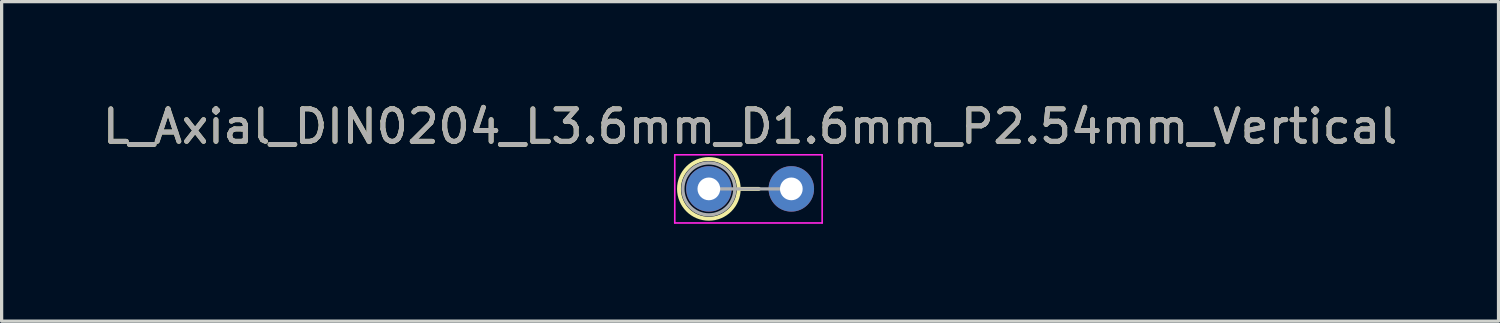
<source format=kicad_pcb>
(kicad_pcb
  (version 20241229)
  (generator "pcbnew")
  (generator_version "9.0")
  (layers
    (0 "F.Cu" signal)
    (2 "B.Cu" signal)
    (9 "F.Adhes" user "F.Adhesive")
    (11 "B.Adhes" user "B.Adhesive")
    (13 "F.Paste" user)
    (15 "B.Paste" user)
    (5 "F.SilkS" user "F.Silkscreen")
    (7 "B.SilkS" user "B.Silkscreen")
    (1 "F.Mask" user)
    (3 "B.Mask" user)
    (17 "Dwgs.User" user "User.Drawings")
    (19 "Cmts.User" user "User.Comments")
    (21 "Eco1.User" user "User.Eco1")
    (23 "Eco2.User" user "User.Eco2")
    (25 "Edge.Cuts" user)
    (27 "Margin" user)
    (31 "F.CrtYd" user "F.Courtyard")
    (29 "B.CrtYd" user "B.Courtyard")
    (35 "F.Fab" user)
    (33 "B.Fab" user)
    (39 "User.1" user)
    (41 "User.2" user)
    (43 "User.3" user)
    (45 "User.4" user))
  (footprint "L_Axial_DIN0204_L3.6mm_D1.6mm_P2.54mm_Vertical"
    (layer "F.Cu")
    (at 18.784 2.768)
    (property "Reference" "L_Axial_DIN0204_L3.6mm_D1.6mm_P2.54mm_Vertical" (at 1.27 -1.92 0) (layer "F.SilkS") (effects (font (size 1 1) (thickness 0.15))))
    (attr through_hole)
    (fp_line (start 0.92 0) (end 1.54 0) (stroke (width 0.12) (type solid)) (layer "F.SilkS"))
    (fp_circle (center 0 0) (end 0.92 0) (stroke (width 0.12) (type solid)) (fill no) (layer "F.SilkS"))
    (fp_line (start -1.05 -1.05) (end -1.05 1.05) (stroke (width 0.05) (type solid)) (layer "F.CrtYd"))
    (fp_line (start -1.05 1.05) (end 3.49 1.05) (stroke (width 0.05) (type solid)) (layer "F.CrtYd"))
    (fp_line (start 3.49 -1.05) (end -1.05 -1.05) (stroke (width 0.05) (type solid)) (layer "F.CrtYd"))
    (fp_line (start 3.49 1.05) (end 3.49 -1.05) (stroke (width 0.05) (type solid)) (layer "F.CrtYd"))
    (fp_line (start 0 0) (end 2.54 0) (stroke (width 0.1) (type solid)) (layer "F.Fab"))
    (fp_circle (center 0 0) (end 0.8 0) (stroke (width 0.1) (type solid)) (fill no) (layer "F.Fab"))
    (fp_text user "${REFERENCE}" (at 1.27 -1.92 0) (layer "F.Fab") (effects (font (size 1 1) (thickness 0.15))))
    (pad "1" thru_hole circle (at 0 0) (size 1.4 1.4) (drill 0.7) (layers "*.Cu" "*.Mask"))
    (pad "2" thru_hole oval (at 2.54 0) (size 1.4 1.4) (drill 0.7) (layers "*.Cu" "*.Mask")))
  (gr_rect
    (start -3 -3)
    (end 43.107 6.843)
    (stroke (width 0.1) (type default))
    (fill no)
    (layer "Edge.Cuts")))
</source>
